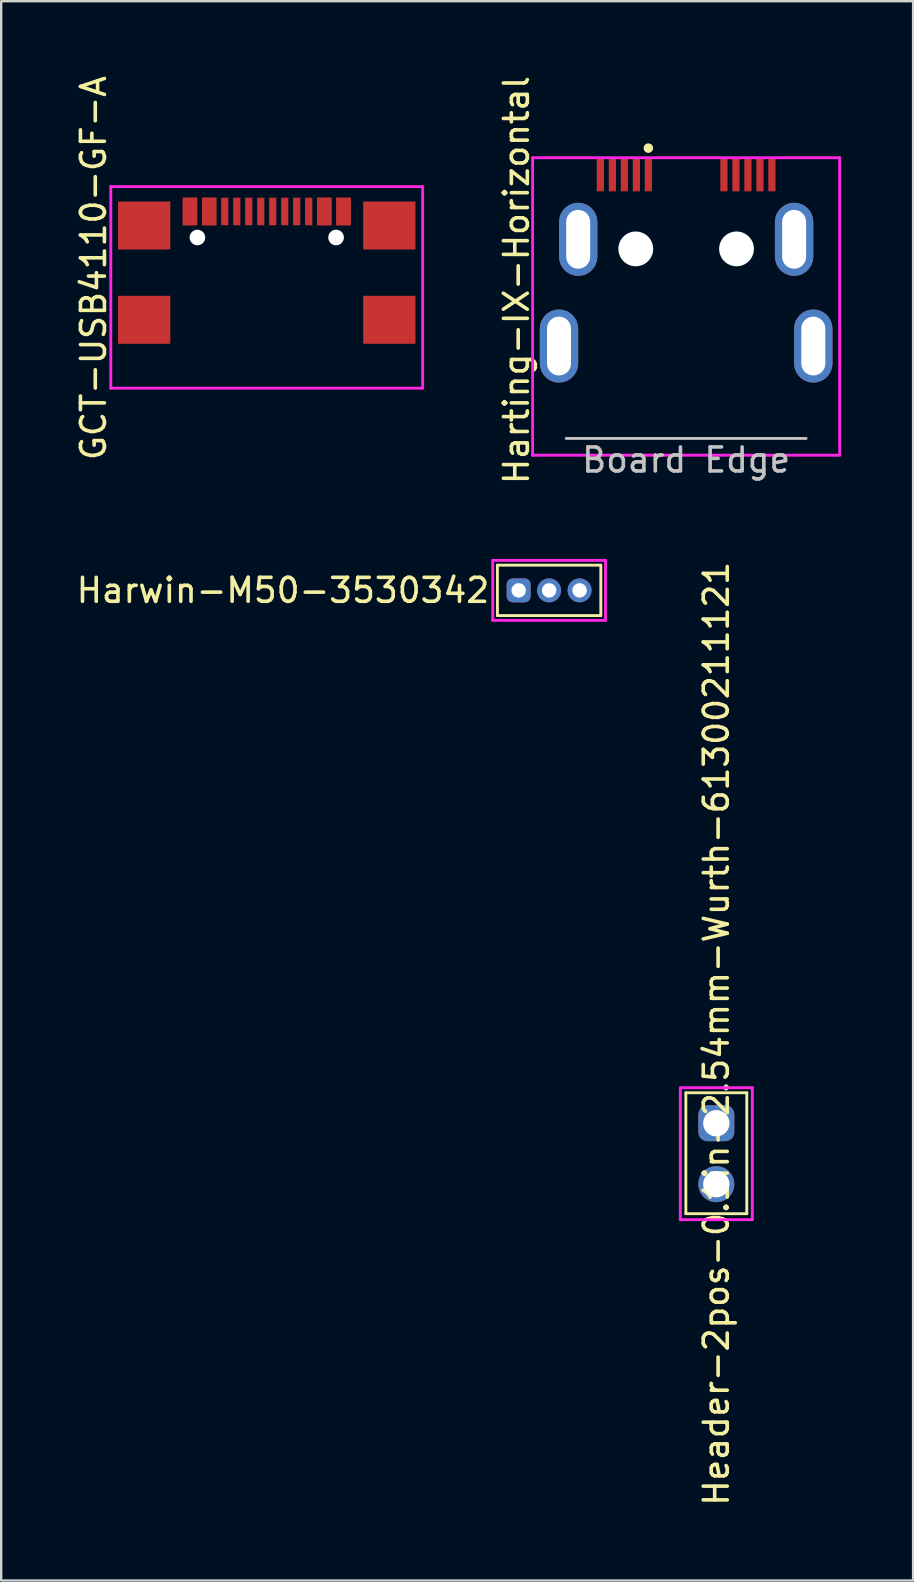
<source format=kicad_pcb>
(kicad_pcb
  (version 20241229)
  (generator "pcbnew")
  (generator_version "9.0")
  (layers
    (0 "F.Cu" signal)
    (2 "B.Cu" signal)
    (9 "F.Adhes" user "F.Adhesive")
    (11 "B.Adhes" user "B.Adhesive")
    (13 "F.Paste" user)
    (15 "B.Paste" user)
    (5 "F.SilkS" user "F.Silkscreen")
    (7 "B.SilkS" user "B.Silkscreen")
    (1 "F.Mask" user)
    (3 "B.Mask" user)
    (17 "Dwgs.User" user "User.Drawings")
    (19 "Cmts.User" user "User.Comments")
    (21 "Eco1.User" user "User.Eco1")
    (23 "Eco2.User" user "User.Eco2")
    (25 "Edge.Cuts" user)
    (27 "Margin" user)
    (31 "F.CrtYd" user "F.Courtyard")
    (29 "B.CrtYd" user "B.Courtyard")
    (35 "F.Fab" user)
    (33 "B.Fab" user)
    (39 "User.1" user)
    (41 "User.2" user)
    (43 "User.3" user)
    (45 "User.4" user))
  (footprint "Header-2pos-0.1in-2.54mm-Wurth-61300211121"
    (layer "F.Cu")
    (at 26.81 45.042)
    (property "Reference" "Header-2pos-0.1in-2.54mm-Wurth-61300211121" (at 0 -5 90) (layer "F.SilkS") (effects (font (size 1 1) (thickness 0.15))))
    (attr through_hole)
    (fp_line (start -1.27 2.5) (end -1.27 -2.54) (stroke (width 0.12) (type solid)) (layer "F.SilkS"))
    (fp_line (start 1.27 -2.54) (end -1.27 -2.54) (stroke (width 0.12) (type solid)) (layer "F.SilkS"))
    (fp_line (start 1.27 -2.54) (end 1.27 2.5) (stroke (width 0.12) (type solid)) (layer "F.SilkS"))
    (fp_line (start 1.27 2.5) (end -1.27 2.5) (stroke (width 0.12) (type solid)) (layer "F.SilkS"))
    (fp_line (start -1.5 -2.75) (end 1.5 -2.75) (stroke (width 0.12) (type solid)) (layer "F.CrtYd"))
    (fp_line (start -1.5 2.75) (end -1.5 -2.75) (stroke (width 0.12) (type solid)) (layer "F.CrtYd"))
    (fp_line (start 1.5 -2.75) (end 1.5 2.75) (stroke (width 0.12) (type solid)) (layer "F.CrtYd"))
    (fp_line (start 1.5 2.75) (end -1.5 2.75) (stroke (width 0.12) (type solid)) (layer "F.CrtYd"))
    (pad "1" thru_hole roundrect (at 0 -1.27) (size 1.5 1.5) (drill 1.1) (layers "*.Cu" "*.Mask") (roundrect_rratio 0.25))
    (pad "2" thru_hole circle (at 0 1.27) (size 1.5 1.5) (drill 1.1) (layers "*.Cu" "*.Mask")))
  (footprint "Harting-IX-Horizontal"
    (layer "F.Cu")
    (at 25.552 8.625)
    (property "Reference" "Harting-IX-Horizontal" (at -7.075 0 90) (layer "F.SilkS") (effects (font (size 1 1) (thickness 0.15))))
    (attr through_hole)
    (fp_circle (center -1.575 -5.5) (end -1.475 -5.5) (stroke (width 0.2) (type solid)) (fill no) (layer "F.SilkS"))
    (fp_poly (pts (xy -4.55 3.975) (xy -6.05 3.975) (xy -6.05 1.475) (xy -4.55 1.475)) (stroke (width 0.1) (type solid)) (fill yes) (layer "F.Paste"))
    (fp_poly (pts (xy -3.75 -0.475) (xy -5.25 -0.475) (xy -5.25 -2.975) (xy -3.75 -2.975)) (stroke (width 0.1) (type solid)) (fill yes) (layer "F.Paste"))
    (fp_poly (pts (xy 5.25 -0.5) (xy 3.75 -0.5) (xy 3.75 -3) (xy 5.25 -3)) (stroke (width 0.1) (type solid)) (fill yes) (layer "F.Paste"))
    (fp_poly (pts (xy 6.05 4.025) (xy 4.55 4.025) (xy 4.55 1.525) (xy 6.05 1.525)) (stroke (width 0.1) (type solid)) (fill yes) (layer "F.Paste"))
    (fp_line (start -5 6.6) (end 5 6.6) (stroke (width 0.12) (type solid)) (layer "Dwgs.User"))
    (fp_line (start -6.4 -5.1) (end 6.4 -5.1) (stroke (width 0.12) (type solid)) (layer "F.CrtYd"))
    (fp_line (start -6.4 7.3) (end -6.4 -5.1) (stroke (width 0.12) (type solid)) (layer "F.CrtYd"))
    (fp_line (start 6.4 -5.1) (end 6.4 7.3) (stroke (width 0.12) (type solid)) (layer "F.CrtYd"))
    (fp_line (start 6.4 7.3) (end -6.4 7.3) (stroke (width 0.12) (type solid)) (layer "F.CrtYd"))
    (fp_text user "Board Edge" (at 0 7.5 0) (layer "Dwgs.User") (effects (font (size 1 1) (thickness 0.15))))
    (pad "" np_thru_hole circle (at -2.1 -1.3) (size 1.45 1.45) (drill 1.45) (layers "*.Cu" "*.Mask"))
    (pad "" np_thru_hole circle (at 2.1 -1.3) (size 1.45 1.45) (drill 1.45) (layers "*.Cu" "*.Mask"))
    (pad "1" smd rect (at -1.575 -3.7) (size 0.3 1.4) (drill oval (offset 0 -0.7)) (layers "F.Cu" "F.Mask" "F.Paste"))
    (pad "2" smd rect (at -2.075 -3.7) (size 0.3 1.4) (drill oval (offset 0 -0.7)) (layers "F.Cu" "F.Mask" "F.Paste"))
    (pad "3" smd rect (at -2.575 -3.7) (size 0.3 1.4) (drill oval (offset 0 -0.7)) (layers "F.Cu" "F.Mask" "F.Paste"))
    (pad "4" smd rect (at -3.075 -3.7) (size 0.3 1.4) (drill oval (offset 0 -0.7)) (layers "F.Cu" "F.Mask" "F.Paste"))
    (pad "5" smd rect (at -3.575 -3.7) (size 0.3 1.4) (drill oval (offset 0 -0.7)) (layers "F.Cu" "F.Mask" "F.Paste"))
    (pad "6" smd rect (at 1.575 -3.7) (size 0.3 1.4) (drill oval (offset 0 -0.7)) (layers "F.Cu" "F.Mask" "F.Paste"))
    (pad "7" smd rect (at 2.075 -3.7) (size 0.3 1.4) (drill oval (offset 0 -0.7)) (layers "F.Cu" "F.Mask" "F.Paste"))
    (pad "8" smd rect (at 2.575 -3.7) (size 0.3 1.4) (drill oval (offset 0 -0.7)) (layers "F.Cu" "F.Mask" "F.Paste"))
    (pad "9" smd rect (at 3.075 -3.7) (size 0.3 1.4) (drill oval (offset 0 -0.7)) (layers "F.Cu" "F.Mask" "F.Paste"))
    (pad "10" smd rect (at 3.575 -3.7) (size 0.3 1.4) (drill oval (offset 0 -0.7)) (layers "F.Cu" "F.Mask" "F.Paste"))
    (pad "SHIELD" thru_hole roundrect (at -5.3 2.75) (size 1.6 3.05) (drill oval 1 2.45) (layers "*.Cu" "*.Mask") (roundrect_rratio 0.5))
    (pad "SHIELD" thru_hole roundrect (at -4.5 -1.7) (size 1.6 3.05) (drill oval 1 2.45) (layers "*.Cu" "*.Mask") (roundrect_rratio 0.5))
    (pad "SHIELD" thru_hole roundrect (at 4.5 -1.7) (size 1.6 3.05) (drill oval 1 2.45) (layers "*.Cu" "*.Mask") (roundrect_rratio 0.5))
    (pad "SHIELD" thru_hole roundrect (at 5.3 2.75) (size 1.6 3.05) (drill oval 1 2.45) (layers "*.Cu" "*.Mask") (roundrect_rratio 0.5)))
  (footprint "GCT-USB4110-GF-A"
    (layer "F.Cu")
    (at 8.069 13.13)
    (property "Reference" "GCT-USB4110-GF-A" (at -7.221 -5.005 90) (layer "F.SilkS") (effects (font (size 1 1) (thickness 0.15))))
    (attr smd)
    (fp_line (start -6.5 -8.4) (end -6.5 0) (stroke (width 0.12) (type solid)) (layer "F.CrtYd"))
    (fp_line (start -6.5 0) (end 6.5 0) (stroke (width 0.12) (type solid)) (layer "F.CrtYd"))
    (fp_line (start 6.5 -8.4) (end -6.5 -8.4) (stroke (width 0.12) (type solid)) (layer "F.CrtYd"))
    (fp_line (start 6.5 0) (end 6.5 -8.4) (stroke (width 0.12) (type solid)) (layer "F.CrtYd"))
    (pad "" np_thru_hole circle (at -2.89 -6.28) (size 0.65 0.65) (drill 0.65) (layers "*.Cu" "*.Mask"))
    (pad "" np_thru_hole circle (at 2.89 -6.28) (size 0.65 0.65) (drill 0.65) (layers "*.Cu" "*.Mask"))
    (pad "A1" smd rect (at -3.2 -7.365) (size 0.6 1.15) (layers "F.Cu" "F.Mask" "F.Paste"))
    (pad "A4" smd rect (at -2.4 -7.365) (size 0.6 1.15) (layers "F.Cu" "F.Mask" "F.Paste"))
    (pad "A5" smd rect (at -1.25 -7.365) (size 0.3 1.15) (layers "F.Cu" "F.Mask" "F.Paste"))
    (pad "A6" smd rect (at -0.25 -7.365) (size 0.3 1.15) (layers "F.Cu" "F.Mask" "F.Paste"))
    (pad "A7" smd rect (at 0.25 -7.365) (size 0.3 1.15) (layers "F.Cu" "F.Mask" "F.Paste"))
    (pad "A8" smd rect (at 1.25 -7.365) (size 0.3 1.15) (layers "F.Cu" "F.Mask" "F.Paste"))
    (pad "A9" smd rect (at 2.4 -7.365) (size 0.6 1.15) (layers "F.Cu" "F.Mask" "F.Paste"))
    (pad "A12" smd rect (at 3.2 -7.365) (size 0.6 1.15) (layers "F.Cu" "F.Mask" "F.Paste"))
    (pad "B1" smd rect (at 3.2 -7.365) (size 0.6 1.15) (layers "F.Cu" "F.Mask" "F.Paste"))
    (pad "B4" smd rect (at 2.4 -7.365) (size 0.6 1.15) (layers "F.Cu" "F.Mask" "F.Paste"))
    (pad "B5" smd rect (at 1.75 -7.365) (size 0.3 1.15) (layers "F.Cu" "F.Mask" "F.Paste"))
    (pad "B6" smd rect (at 0.75 -7.365) (size 0.3 1.15) (layers "F.Cu" "F.Mask" "F.Paste"))
    (pad "B7" smd rect (at -0.75 -7.365) (size 0.3 1.15) (layers "F.Cu" "F.Mask" "F.Paste"))
    (pad "B8" smd rect (at -1.75 -7.365) (size 0.3 1.15) (layers "F.Cu" "F.Mask" "F.Paste"))
    (pad "B9" smd rect (at -2.4 -7.365) (size 0.6 1.15) (layers "F.Cu" "F.Mask" "F.Paste"))
    (pad "B12" smd rect (at -3.2 -7.365) (size 0.6 1.15) (layers "F.Cu" "F.Mask" "F.Paste"))
    (pad "S1" smd rect (at -5.11 -6.78) (size 2.18 2) (layers "F.Cu" "F.Mask" "F.Paste"))
    (pad "S1" smd rect (at -5.11 -2.85) (size 2.18 2) (layers "F.Cu" "F.Mask" "F.Paste"))
    (pad "S1" smd rect (at 5.11 -6.78) (size 2.18 2) (layers "F.Cu" "F.Mask" "F.Paste"))
    (pad "S1" smd rect (at 5.11 -2.85) (size 2.18 2) (layers "F.Cu" "F.Mask" "F.Paste")))
  (footprint "Harwin-M50-3530342"
    (layer "F.Cu")
    (at 19.84 21.56)
    (property "Reference" "Harwin-M50-3530342" (at -2.4 0 0) (layer "F.SilkS") (effects (font (size 1 1) (thickness 0.15)) (justify right)))
    (attr through_hole)
    (fp_line (start -2.155 -1.05) (end 2.155 -1.05) (stroke (width 0.12) (type solid)) (layer "F.SilkS"))
    (fp_line (start -2.155 1.05) (end -2.155 -1.05) (stroke (width 0.12) (type solid)) (layer "F.SilkS"))
    (fp_line (start 2.155 -1.05) (end 2.155 1.05) (stroke (width 0.12) (type solid)) (layer "F.SilkS"))
    (fp_line (start 2.155 1.05) (end -2.155 1.05) (stroke (width 0.12) (type solid)) (layer "F.SilkS"))
    (fp_line (start -2.35 -1.25) (end -2.35 1.25) (stroke (width 0.12) (type solid)) (layer "F.CrtYd"))
    (fp_line (start -2.35 1.25) (end 2.35 1.25) (stroke (width 0.12) (type solid)) (layer "F.CrtYd"))
    (fp_line (start 2.35 -1.25) (end -2.35 -1.25) (stroke (width 0.12) (type solid)) (layer "F.CrtYd"))
    (fp_line (start 2.35 1.25) (end 2.35 -1.25) (stroke (width 0.12) (type solid)) (layer "F.CrtYd"))
    (pad "1" thru_hole roundrect (at -1.27 0) (size 1 1) (drill 0.6) (layers "*.Cu" "*.Mask") (roundrect_rratio 0.25))
    (pad "2" thru_hole circle (at 0 0) (size 1 1) (drill 0.6) (layers "*.Cu" "*.Mask"))
    (pad "3" thru_hole circle (at 1.27 0) (size 1 1) (drill 0.6) (layers "*.Cu" "*.Mask")))
  (gr_rect
    (start -3 -3)
    (end 35.013 62.833)
    (stroke (width 0.1) (type default))
    (fill no)
    (layer "Edge.Cuts")))
</source>
